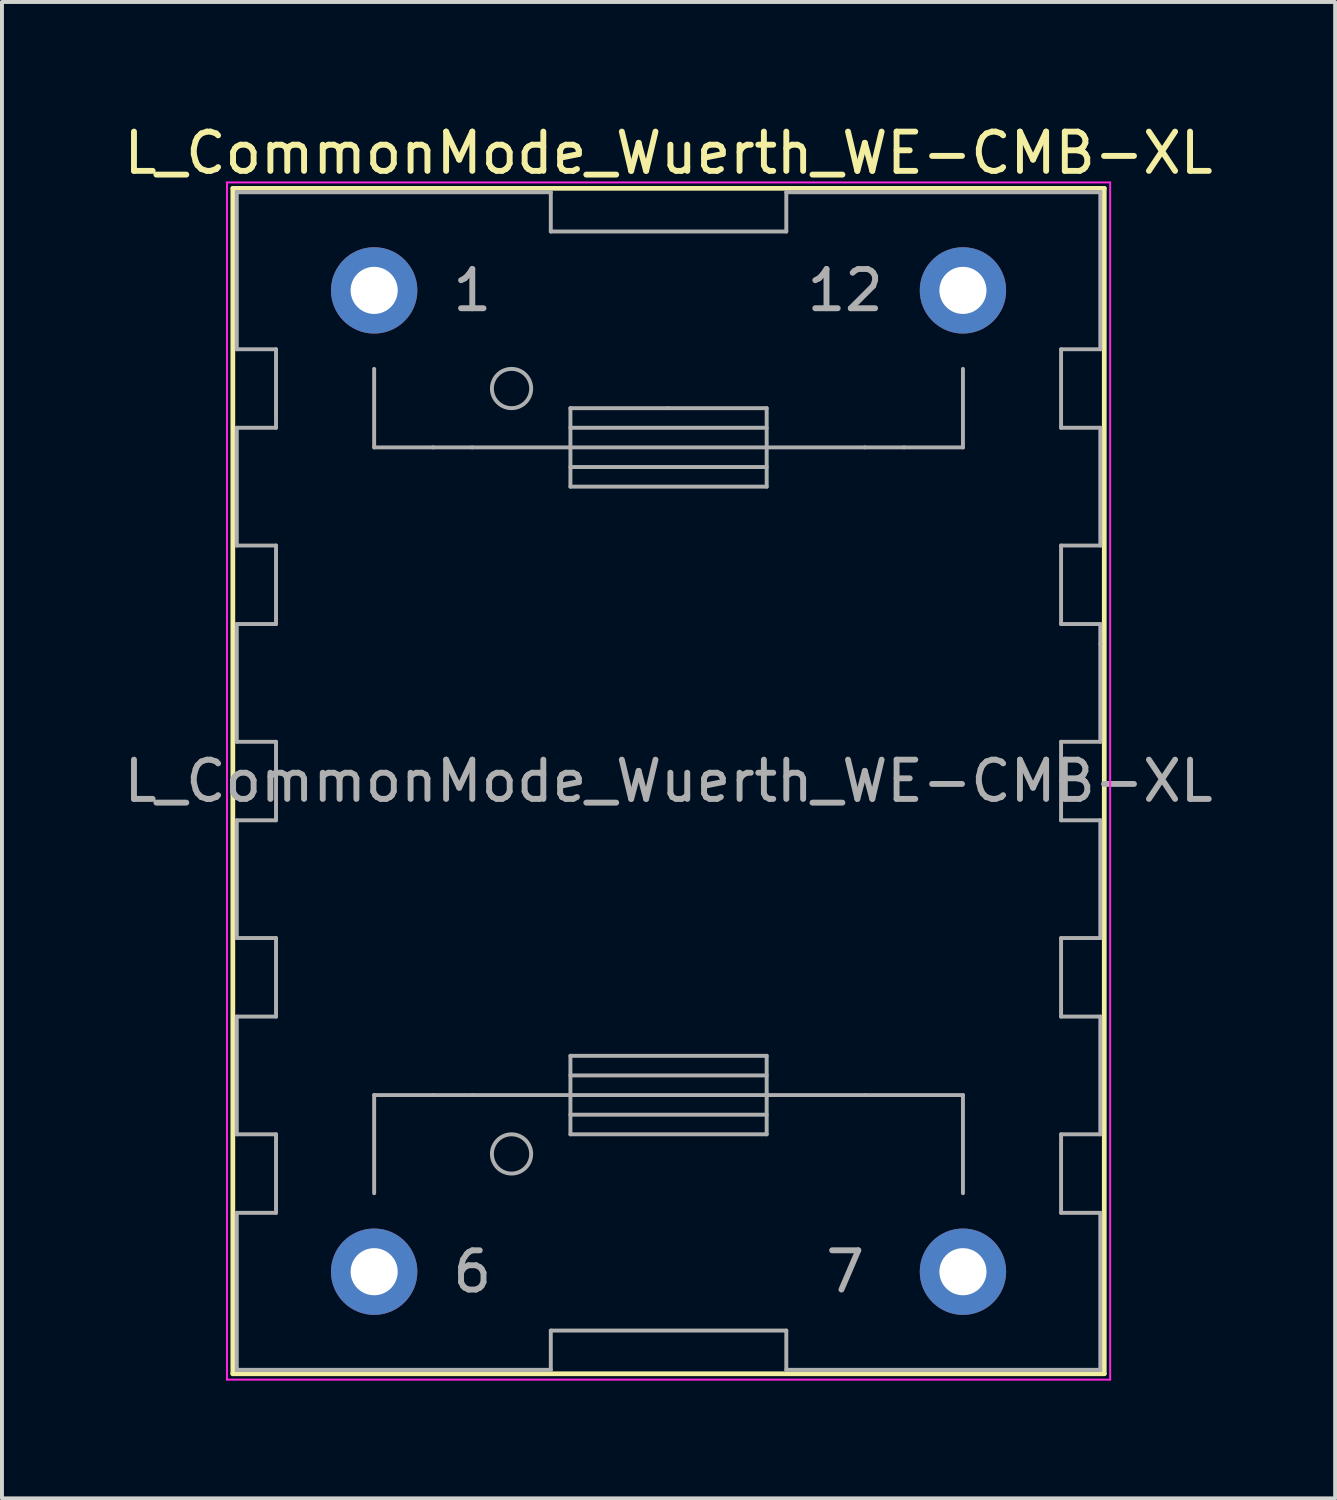
<source format=kicad_pcb>
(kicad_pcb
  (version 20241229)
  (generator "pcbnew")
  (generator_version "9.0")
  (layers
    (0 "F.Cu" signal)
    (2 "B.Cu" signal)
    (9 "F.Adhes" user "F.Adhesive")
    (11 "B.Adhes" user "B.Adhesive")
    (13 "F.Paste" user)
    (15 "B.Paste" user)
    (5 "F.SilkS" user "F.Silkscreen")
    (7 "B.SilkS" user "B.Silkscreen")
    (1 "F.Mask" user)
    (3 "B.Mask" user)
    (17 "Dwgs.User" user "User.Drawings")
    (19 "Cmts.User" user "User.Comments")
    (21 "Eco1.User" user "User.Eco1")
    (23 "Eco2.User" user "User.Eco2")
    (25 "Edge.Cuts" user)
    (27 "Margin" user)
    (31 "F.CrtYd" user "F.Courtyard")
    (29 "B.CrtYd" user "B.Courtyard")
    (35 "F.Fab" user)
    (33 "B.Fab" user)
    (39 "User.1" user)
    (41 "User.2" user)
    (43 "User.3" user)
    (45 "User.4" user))
  (footprint "L_CommonMode_Wuerth_WE-CMB-XL"
    (layer "F.Cu")
    (at 6.482 4.348)
    (property "Reference" "L_CommonMode_Wuerth_WE-CMB-XL" (at 7.5 -3.5 0) (layer "F.SilkS") (effects (font (size 1 1) (thickness 0.15))))
    (attr through_hole)
    (fp_line (start -3.6 -2.6) (end -3.6 27.6) (stroke (width 0.12) (type solid)) (layer "F.SilkS"))
    (fp_line (start -3.6 27.6) (end 18.6 27.6) (stroke (width 0.12) (type solid)) (layer "F.SilkS"))
    (fp_line (start 18.6 -2.6) (end -3.6 -2.6) (stroke (width 0.12) (type solid)) (layer "F.SilkS"))
    (fp_line (start 18.6 27.6) (end 18.6 -2.6) (stroke (width 0.12) (type solid)) (layer "F.SilkS"))
    (fp_line (start -3.75 -2.75) (end 18.75 -2.75) (stroke (width 0.05) (type solid)) (layer "F.CrtYd"))
    (fp_line (start -3.75 27.75) (end -3.75 -2.75) (stroke (width 0.05) (type solid)) (layer "F.CrtYd"))
    (fp_line (start 18.75 -2.75) (end 18.75 27.75) (stroke (width 0.05) (type solid)) (layer "F.CrtYd"))
    (fp_line (start 18.75 27.75) (end -3.75 27.75) (stroke (width 0.05) (type solid)) (layer "F.CrtYd"))
    (fp_line (start -3.5 -2.5) (end -3.5 1.5) (stroke (width 0.1) (type solid)) (layer "F.Fab"))
    (fp_line (start -3.5 1.5) (end -2.5 1.5) (stroke (width 0.1) (type solid)) (layer "F.Fab"))
    (fp_line (start -3.5 3.5) (end -3.5 6.5) (stroke (width 0.1) (type solid)) (layer "F.Fab"))
    (fp_line (start -3.5 6.5) (end -2.5 6.5) (stroke (width 0.1) (type solid)) (layer "F.Fab"))
    (fp_line (start -3.5 8.5) (end -3.5 11.5) (stroke (width 0.1) (type solid)) (layer "F.Fab"))
    (fp_line (start -3.5 11.5) (end -2.5 11.5) (stroke (width 0.1) (type solid)) (layer "F.Fab"))
    (fp_line (start -3.5 13.5) (end -3.5 16.5) (stroke (width 0.1) (type solid)) (layer "F.Fab"))
    (fp_line (start -3.5 16.5) (end -2.5 16.5) (stroke (width 0.1) (type solid)) (layer "F.Fab"))
    (fp_line (start -3.5 18.5) (end -3.5 21.5) (stroke (width 0.1) (type solid)) (layer "F.Fab"))
    (fp_line (start -3.5 21.5) (end -2.5 21.5) (stroke (width 0.1) (type solid)) (layer "F.Fab"))
    (fp_line (start -3.5 23.5) (end -3.5 27.5) (stroke (width 0.1) (type solid)) (layer "F.Fab"))
    (fp_line (start -2.5 1.5) (end -2.5 3) (stroke (width 0.1) (type solid)) (layer "F.Fab"))
    (fp_line (start -2.5 3) (end -2.5 3.5) (stroke (width 0.1) (type solid)) (layer "F.Fab"))
    (fp_line (start -2.5 3.5) (end -3.5 3.5) (stroke (width 0.1) (type solid)) (layer "F.Fab"))
    (fp_line (start -2.5 6.5) (end -2.5 8.5) (stroke (width 0.1) (type solid)) (layer "F.Fab"))
    (fp_line (start -2.5 8.5) (end -3.5 8.5) (stroke (width 0.1) (type solid)) (layer "F.Fab"))
    (fp_line (start -2.5 11.5) (end -2.5 13.5) (stroke (width 0.1) (type solid)) (layer "F.Fab"))
    (fp_line (start -2.5 13.5) (end -3.5 13.5) (stroke (width 0.1) (type solid)) (layer "F.Fab"))
    (fp_line (start -2.5 16.5) (end -2.5 18.5) (stroke (width 0.1) (type solid)) (layer "F.Fab"))
    (fp_line (start -2.5 18.5) (end -3.5 18.5) (stroke (width 0.1) (type solid)) (layer "F.Fab"))
    (fp_line (start -2.5 21.5) (end -2.5 23.5) (stroke (width 0.1) (type solid)) (layer "F.Fab"))
    (fp_line (start -2.5 23.5) (end -3.5 23.5) (stroke (width 0.1) (type solid)) (layer "F.Fab"))
    (fp_line (start 0 4) (end 0 2) (stroke (width 0.1) (type solid)) (layer "F.Fab"))
    (fp_line (start 0 20.5) (end 0 23) (stroke (width 0.1) (type solid)) (layer "F.Fab"))
    (fp_line (start 1.5 4) (end 0 4) (stroke (width 0.1) (type solid)) (layer "F.Fab"))
    (fp_line (start 1.5 20.5) (end 0 20.5) (stroke (width 0.1) (type solid)) (layer "F.Fab"))
    (fp_line (start 2.5 4) (end 1.5 4) (stroke (width 0.1) (type solid)) (layer "F.Fab"))
    (fp_line (start 2.5 20.5) (end 1.5 20.5) (stroke (width 0.1) (type solid)) (layer "F.Fab"))
    (fp_line (start 2.5 20.5) (end 5 20.5) (stroke (width 0.1) (type solid)) (layer "F.Fab"))
    (fp_line (start 4.5 -2.5) (end -3.5 -2.5) (stroke (width 0.1) (type solid)) (layer "F.Fab"))
    (fp_line (start 4.5 -1.5) (end 4.5 -2.5) (stroke (width 0.1) (type solid)) (layer "F.Fab"))
    (fp_line (start 4.5 26.5) (end 4.5 27.5) (stroke (width 0.1) (type solid)) (layer "F.Fab"))
    (fp_line (start 4.5 27.5) (end -3.5 27.5) (stroke (width 0.1) (type solid)) (layer "F.Fab"))
    (fp_line (start 5 3) (end 7.5 3) (stroke (width 0.1) (type solid)) (layer "F.Fab"))
    (fp_line (start 5 4) (end 2.5 4) (stroke (width 0.1) (type solid)) (layer "F.Fab"))
    (fp_line (start 5 4) (end 10 4) (stroke (width 0.1) (type solid)) (layer "F.Fab"))
    (fp_line (start 5 4.5) (end 10 4.5) (stroke (width 0.1) (type solid)) (layer "F.Fab"))
    (fp_line (start 5 5) (end 5 3) (stroke (width 0.1) (type solid)) (layer "F.Fab"))
    (fp_line (start 5 19.5) (end 10 19.5) (stroke (width 0.1) (type solid)) (layer "F.Fab"))
    (fp_line (start 5 21) (end 10 21) (stroke (width 0.1) (type solid)) (layer "F.Fab"))
    (fp_line (start 5 21.5) (end 5 19.5) (stroke (width 0.1) (type solid)) (layer "F.Fab"))
    (fp_line (start 7.5 3) (end 10 3) (stroke (width 0.1) (type solid)) (layer "F.Fab"))
    (fp_line (start 10 3) (end 10 5) (stroke (width 0.1) (type solid)) (layer "F.Fab"))
    (fp_line (start 10 3.5) (end 5 3.5) (stroke (width 0.1) (type solid)) (layer "F.Fab"))
    (fp_line (start 10 4) (end 12.5 4) (stroke (width 0.1) (type solid)) (layer "F.Fab"))
    (fp_line (start 10 5) (end 5 5) (stroke (width 0.1) (type solid)) (layer "F.Fab"))
    (fp_line (start 10 19.5) (end 10 21.5) (stroke (width 0.1) (type solid)) (layer "F.Fab"))
    (fp_line (start 10 20) (end 5 20) (stroke (width 0.1) (type solid)) (layer "F.Fab"))
    (fp_line (start 10 20.5) (end 5 20.5) (stroke (width 0.1) (type solid)) (layer "F.Fab"))
    (fp_line (start 10 21.5) (end 5 21.5) (stroke (width 0.1) (type solid)) (layer "F.Fab"))
    (fp_line (start 10.5 -2.5) (end 10.5 -1.5) (stroke (width 0.1) (type solid)) (layer "F.Fab"))
    (fp_line (start 10.5 -1.5) (end 4.5 -1.5) (stroke (width 0.1) (type solid)) (layer "F.Fab"))
    (fp_line (start 10.5 26.5) (end 4.5 26.5) (stroke (width 0.1) (type solid)) (layer "F.Fab"))
    (fp_line (start 10.5 27.5) (end 10.5 26.5) (stroke (width 0.1) (type solid)) (layer "F.Fab"))
    (fp_line (start 12.5 4) (end 13.5 4) (stroke (width 0.1) (type solid)) (layer "F.Fab"))
    (fp_line (start 12.5 20.5) (end 10 20.5) (stroke (width 0.1) (type solid)) (layer "F.Fab"))
    (fp_line (start 12.5 20.5) (end 15 20.5) (stroke (width 0.1) (type solid)) (layer "F.Fab"))
    (fp_line (start 13.5 4) (end 15 4) (stroke (width 0.1) (type solid)) (layer "F.Fab"))
    (fp_line (start 15 4) (end 15 2) (stroke (width 0.1) (type solid)) (layer "F.Fab"))
    (fp_line (start 15 20.5) (end 15 23) (stroke (width 0.1) (type solid)) (layer "F.Fab"))
    (fp_line (start 17.5 1.5) (end 18.5 1.5) (stroke (width 0.1) (type solid)) (layer "F.Fab"))
    (fp_line (start 17.5 3.5) (end 17.5 1.5) (stroke (width 0.1) (type solid)) (layer "F.Fab"))
    (fp_line (start 17.5 6.5) (end 18.5 6.5) (stroke (width 0.1) (type solid)) (layer "F.Fab"))
    (fp_line (start 17.5 8.5) (end 17.5 6.5) (stroke (width 0.1) (type solid)) (layer "F.Fab"))
    (fp_line (start 17.5 11.5) (end 18.5 11.5) (stroke (width 0.1) (type solid)) (layer "F.Fab"))
    (fp_line (start 17.5 12.5) (end 17.5 11.5) (stroke (width 0.1) (type solid)) (layer "F.Fab"))
    (fp_line (start 17.5 12.5) (end 17.5 13.5) (stroke (width 0.1) (type solid)) (layer "F.Fab"))
    (fp_line (start 17.5 13.5) (end 18.5 13.5) (stroke (width 0.1) (type solid)) (layer "F.Fab"))
    (fp_line (start 17.5 16.5) (end 17.5 18.5) (stroke (width 0.1) (type solid)) (layer "F.Fab"))
    (fp_line (start 17.5 18.5) (end 18.5 18.5) (stroke (width 0.1) (type solid)) (layer "F.Fab"))
    (fp_line (start 17.5 21.5) (end 17.5 23.5) (stroke (width 0.1) (type solid)) (layer "F.Fab"))
    (fp_line (start 17.5 23.5) (end 18.5 23.5) (stroke (width 0.1) (type solid)) (layer "F.Fab"))
    (fp_line (start 18.5 -2.5) (end 10.5 -2.5) (stroke (width 0.1) (type solid)) (layer "F.Fab"))
    (fp_line (start 18.5 1.5) (end 18.5 -2.5) (stroke (width 0.1) (type solid)) (layer "F.Fab"))
    (fp_line (start 18.5 3.5) (end 17.5 3.5) (stroke (width 0.1) (type solid)) (layer "F.Fab"))
    (fp_line (start 18.5 6.5) (end 18.5 3.5) (stroke (width 0.1) (type solid)) (layer "F.Fab"))
    (fp_line (start 18.5 8.5) (end 17.5 8.5) (stroke (width 0.1) (type solid)) (layer "F.Fab"))
    (fp_line (start 18.5 9) (end 18.5 8.5) (stroke (width 0.1) (type solid)) (layer "F.Fab"))
    (fp_line (start 18.5 11.5) (end 18.5 9) (stroke (width 0.1) (type solid)) (layer "F.Fab"))
    (fp_line (start 18.5 13.5) (end 18.5 16.5) (stroke (width 0.1) (type solid)) (layer "F.Fab"))
    (fp_line (start 18.5 16.5) (end 17.5 16.5) (stroke (width 0.1) (type solid)) (layer "F.Fab"))
    (fp_line (start 18.5 18.5) (end 18.5 21.5) (stroke (width 0.1) (type solid)) (layer "F.Fab"))
    (fp_line (start 18.5 21.5) (end 17.5 21.5) (stroke (width 0.1) (type solid)) (layer "F.Fab"))
    (fp_line (start 18.5 23.5) (end 18.5 27.5) (stroke (width 0.1) (type solid)) (layer "F.Fab"))
    (fp_line (start 18.5 27.5) (end 10.5 27.5) (stroke (width 0.1) (type solid)) (layer "F.Fab"))
    (fp_circle (center 3.5 2.5) (end 4 2.5) (stroke (width 0.1) (type solid)) (fill no) (layer "F.Fab"))
    (fp_circle (center 3.5 22) (end 4 22) (stroke (width 0.1) (type solid)) (fill no) (layer "F.Fab"))
    (fp_text user "7" (at 12 25 0) (layer "F.Fab") (effects (font (size 1 1) (thickness 0.15))))
    (fp_text user "6" (at 2.5 25 0) (layer "F.Fab") (effects (font (size 1 1) (thickness 0.15))))
    (fp_text user "1" (at 2.5 0 0) (layer "F.Fab") (effects (font (size 1 1) (thickness 0.15))))
    (fp_text user "${REFERENCE}" (at 7.5 12.5 0) (layer "F.Fab") (effects (font (size 1 1) (thickness 0.15))))
    (fp_text user "12" (at 12 0 0) (layer "F.Fab") (effects (font (size 1 1) (thickness 0.15))))
    (pad "1" thru_hole circle (at 0 0) (size 2.2 2.2) (drill 1.2) (layers "*.Cu" "*.Mask"))
    (pad "6" thru_hole circle (at 0 25) (size 2.2 2.2) (drill 1.2) (layers "*.Cu" "*.Mask"))
    (pad "7" thru_hole circle (at 15 25) (size 2.2 2.2) (drill 1.2) (layers "*.Cu" "*.Mask"))
    (pad "12" thru_hole circle (at 15 0) (size 2.2 2.2) (drill 1.2) (layers "*.Cu" "*.Mask")))
  (gr_rect
    (start -3 -3)
    (end 30.964 35.123)
    (stroke (width 0.1) (type default))
    (fill no)
    (layer "Edge.Cuts")))
</source>
